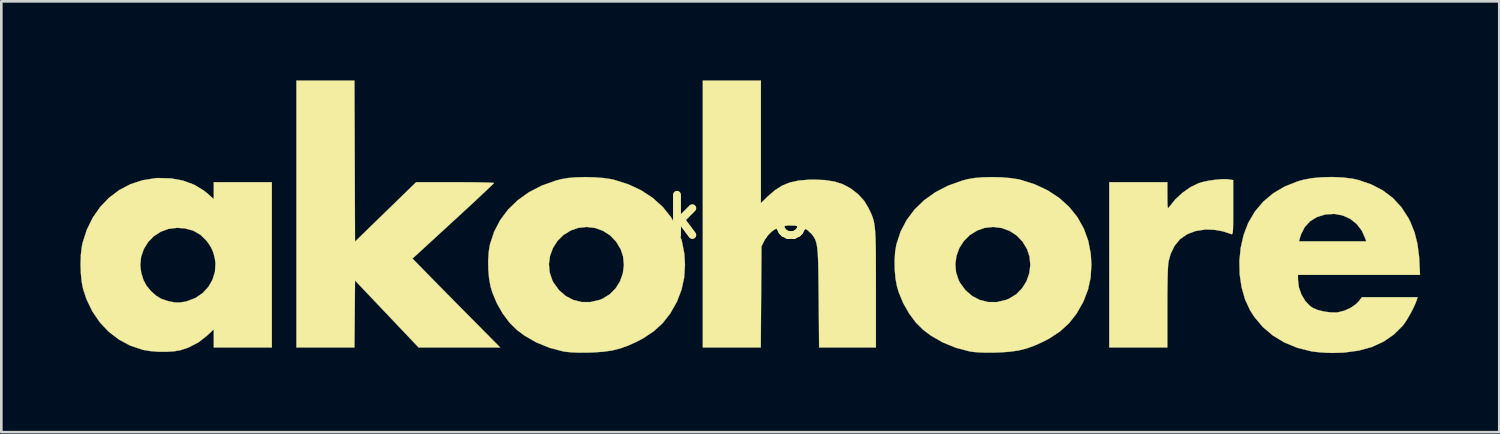
<source format=kicad_pcb>
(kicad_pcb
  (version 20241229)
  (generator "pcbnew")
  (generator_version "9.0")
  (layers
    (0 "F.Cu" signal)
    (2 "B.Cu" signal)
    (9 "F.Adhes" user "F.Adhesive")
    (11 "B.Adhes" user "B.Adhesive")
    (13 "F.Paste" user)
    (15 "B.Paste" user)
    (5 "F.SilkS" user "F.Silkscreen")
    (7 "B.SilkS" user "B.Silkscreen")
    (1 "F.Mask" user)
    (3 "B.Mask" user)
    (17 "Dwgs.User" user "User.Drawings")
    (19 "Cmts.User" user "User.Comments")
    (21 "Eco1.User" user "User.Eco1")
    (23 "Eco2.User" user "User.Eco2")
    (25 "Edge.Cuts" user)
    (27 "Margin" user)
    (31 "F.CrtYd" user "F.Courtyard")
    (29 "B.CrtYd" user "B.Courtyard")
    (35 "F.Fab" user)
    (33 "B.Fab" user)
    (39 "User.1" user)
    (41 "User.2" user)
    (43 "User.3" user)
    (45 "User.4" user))
  (footprint "akohore"
    (layer "F.Cu")
    (at 25.375 5.17)
    (property "Reference" "akohore" (at 0 0 0) (layer "F.SilkS") (effects (font (size 1.524 1.524) (thickness 0.3))))
    (attr through_hole)
    (fp_poly (pts (xy -14.976 -2.112) (xy -14.965 0.94) (xy -13.807 -0.186) (xy -12.648 -1.312) (xy -11.171 -1.312) (xy -10.827 -1.311) (xy -10.512 -1.309) (xy -10.235 -1.305) (xy -10.005 -1.3) (xy -9.833 -1.294) (xy -9.727 -1.287) (xy -9.697 -1.281) (xy -9.728 -1.247) (xy -9.816 -1.161) (xy -9.954 -1.03) (xy -10.136 -0.858) (xy -10.357 -0.651) (xy -10.611 -0.415) (xy -10.892 -0.156) (xy -11.193 0.121) (xy -11.244 0.168) (xy -12.787 1.584) (xy -12.246 2.136) (xy -12.086 2.299) (xy -11.877 2.511) (xy -11.632 2.76) (xy -11.361 3.034) (xy -11.077 3.323) (xy -10.79 3.613) (xy -10.584 3.821) (xy -9.462 4.953) (xy -12.555 4.953) (xy -13.76 3.684) (xy -14.965 2.414) (xy -14.987 4.953) (xy -17.187 4.953) (xy -17.187 -5.165) (xy -14.987 -5.165) (xy -14.976 -2.112)) (stroke (width 0.01) (type solid)) (fill yes) (layer "F.SilkS"))
    (fp_poly (pts (xy 18.093 -1.425) (xy 18.143 -1.42) (xy 18.33 -1.392) (xy 18.33 -0.353) (xy 18.33 -0.03) (xy 18.329 0.218) (xy 18.325 0.4) (xy 18.319 0.526) (xy 18.31 0.604) (xy 18.297 0.646) (xy 18.28 0.659) (xy 18.257 0.654) (xy 18.256 0.654) (xy 17.957 0.554) (xy 17.626 0.493) (xy 17.308 0.48) (xy 17.268 0.482) (xy 16.893 0.541) (xy 16.575 0.664) (xy 16.313 0.85) (xy 16.107 1.099) (xy 15.956 1.412) (xy 15.88 1.685) (xy 15.866 1.797) (xy 15.854 1.988) (xy 15.845 2.252) (xy 15.838 2.585) (xy 15.834 2.98) (xy 15.833 3.431) (xy 15.833 4.953) (xy 13.631 4.953) (xy 13.631 -1.312) (xy 15.833 -1.312) (xy 15.835 -0.794) (xy 15.836 -0.578) (xy 15.84 -0.437) (xy 15.847 -0.358) (xy 15.861 -0.331) (xy 15.882 -0.344) (xy 15.909 -0.381) (xy 16.135 -0.661) (xy 16.413 -0.916) (xy 16.719 -1.129) (xy 17.011 -1.271) (xy 17.195 -1.326) (xy 17.424 -1.373) (xy 17.67 -1.407) (xy 17.902 -1.426) (xy 18.093 -1.425)) (stroke (width 0.01) (type solid)) (fill yes) (layer "F.SilkS"))
    (fp_poly (pts (xy 0.423 -0.518) (xy 0.689 -0.778) (xy 0.955 -1.008) (xy 1.227 -1.181) (xy 1.522 -1.301) (xy 1.855 -1.374) (xy 2.243 -1.407) (xy 2.434 -1.41) (xy 2.858 -1.392) (xy 3.22 -1.335) (xy 3.535 -1.233) (xy 3.819 -1.081) (xy 4.088 -0.875) (xy 4.121 -0.845) (xy 4.344 -0.598) (xy 4.507 -0.324) (xy 4.565 -0.204) (xy 4.615 -0.096) (xy 4.656 0.009) (xy 4.69 0.118) (xy 4.717 0.239) (xy 4.738 0.381) (xy 4.755 0.55) (xy 4.767 0.755) (xy 4.775 1.003) (xy 4.78 1.303) (xy 4.782 1.662) (xy 4.783 2.089) (xy 4.784 2.59) (xy 4.784 2.718) (xy 4.784 4.953) (xy 2.631 4.953) (xy 2.615 3.08) (xy 2.61 2.602) (xy 2.605 2.201) (xy 2.599 1.869) (xy 2.591 1.597) (xy 2.579 1.378) (xy 2.563 1.203) (xy 2.543 1.065) (xy 2.517 0.955) (xy 2.485 0.865) (xy 2.445 0.788) (xy 2.396 0.715) (xy 2.354 0.659) (xy 2.181 0.498) (xy 1.959 0.389) (xy 1.705 0.332) (xy 1.437 0.328) (xy 1.175 0.378) (xy 0.936 0.484) (xy 0.818 0.57) (xy 0.692 0.702) (xy 0.578 0.86) (xy 0.545 0.92) (xy 0.445 1.122) (xy 0.432 3.037) (xy 0.419 4.953) (xy -1.778 4.953) (xy -1.778 -5.165) (xy 0.423 -5.165) (xy 0.423 -0.518)) (stroke (width 0.01) (type solid)) (fill yes) (layer "F.SilkS"))
    (fp_poly (pts (xy -21.945 -1.457) (xy -21.488 -1.373) (xy -21.072 -1.22) (xy -20.702 -0.999) (xy -20.536 -0.864) (xy -20.32 -0.669) (xy -20.32 -1.312) (xy -18.119 -1.312) (xy -18.119 4.953) (xy -20.32 4.953) (xy -20.32 4.608) (xy -20.32 4.263) (xy -20.566 4.497) (xy -20.901 4.76) (xy -21.285 4.958) (xy -21.578 5.056) (xy -21.819 5.098) (xy -22.112 5.117) (xy -22.426 5.115) (xy -22.733 5.09) (xy -23.002 5.045) (xy -23.02 5.04) (xy -23.487 4.883) (xy -23.917 4.653) (xy -24.304 4.357) (xy -24.641 3.999) (xy -24.924 3.586) (xy -25.147 3.123) (xy -25.277 2.728) (xy -25.329 2.456) (xy -25.36 2.132) (xy -25.369 1.832) (xy -23.107 1.832) (xy -23.071 2.123) (xy -22.988 2.394) (xy -22.869 2.615) (xy -22.698 2.819) (xy -22.686 2.831) (xy -22.497 2.998) (xy -22.308 3.11) (xy -22.081 3.188) (xy -22.035 3.2) (xy -21.813 3.244) (xy -21.623 3.251) (xy -21.422 3.221) (xy -21.324 3.197) (xy -21.012 3.076) (xy -20.744 2.893) (xy -20.527 2.659) (xy -20.368 2.386) (xy -20.275 2.084) (xy -20.255 1.767) (xy -20.277 1.594) (xy -20.335 1.36) (xy -20.416 1.17) (xy -20.538 0.983) (xy -20.603 0.9) (xy -20.829 0.678) (xy -21.095 0.526) (xy -21.407 0.44) (xy -21.705 0.418) (xy -22.033 0.456) (xy -22.332 0.566) (xy -22.594 0.737) (xy -22.81 0.959) (xy -22.973 1.222) (xy -23.075 1.516) (xy -23.107 1.832) (xy -25.369 1.832) (xy -25.37 1.785) (xy -25.359 1.445) (xy -25.325 1.141) (xy -25.297 0.998) (xy -25.134 0.491) (xy -24.908 0.032) (xy -24.624 -0.375) (xy -24.288 -0.725) (xy -23.904 -1.014) (xy -23.478 -1.237) (xy -23.016 -1.388) (xy -22.523 -1.465) (xy -22.437 -1.47) (xy -21.945 -1.457)) (stroke (width 0.01) (type solid)) (fill yes) (layer "F.SilkS"))
    (fp_poly (pts (xy -5.869 -1.496) (xy -5.532 -1.469) (xy -5.24 -1.425) (xy -5.153 -1.406) (xy -4.604 -1.232) (xy -4.109 -1) (xy -3.674 -0.713) (xy -3.299 -0.375) (xy -2.989 0.01) (xy -2.747 0.439) (xy -2.576 0.908) (xy -2.478 1.413) (xy -2.455 1.82) (xy -2.487 2.309) (xy -2.585 2.761) (xy -2.753 3.199) (xy -2.772 3.239) (xy -3.014 3.665) (xy -3.299 4.029) (xy -3.638 4.339) (xy -4.041 4.607) (xy -4.297 4.741) (xy -4.619 4.886) (xy -4.919 4.993) (xy -5.22 5.068) (xy -5.546 5.115) (xy -5.922 5.141) (xy -6.096 5.147) (xy -6.464 5.15) (xy -6.761 5.139) (xy -7.001 5.114) (xy -7.076 5.101) (xy -7.591 4.966) (xy -8.086 4.764) (xy -8.542 4.503) (xy -8.827 4.29) (xy -9.11 4.009) (xy -9.368 3.663) (xy -9.589 3.274) (xy -9.76 2.862) (xy -9.825 2.646) (xy -9.88 2.351) (xy -9.911 2.011) (xy -9.914 1.793) (xy -7.614 1.793) (xy -7.586 2.108) (xy -7.483 2.412) (xy -7.438 2.498) (xy -7.228 2.785) (xy -6.973 3.005) (xy -6.683 3.155) (xy -6.367 3.232) (xy -6.035 3.232) (xy -5.697 3.152) (xy -5.58 3.105) (xy -5.307 2.938) (xy -5.084 2.713) (xy -4.917 2.445) (xy -4.811 2.146) (xy -4.77 1.829) (xy -4.8 1.509) (xy -4.89 1.234) (xy -5.064 0.942) (xy -5.292 0.706) (xy -5.561 0.532) (xy -5.861 0.423) (xy -6.179 0.384) (xy -6.503 0.42) (xy -6.78 0.516) (xy -7.063 0.689) (xy -7.292 0.917) (xy -7.463 1.185) (xy -7.572 1.482) (xy -7.614 1.793) (xy -9.914 1.793) (xy -9.916 1.659) (xy -9.895 1.325) (xy -9.848 1.045) (xy -9.69 0.564) (xy -9.459 0.122) (xy -9.159 -0.278) (xy -8.794 -0.63) (xy -8.369 -0.933) (xy -7.887 -1.182) (xy -7.352 -1.373) (xy -7.15 -1.426) (xy -6.89 -1.471) (xy -6.573 -1.497) (xy -6.224 -1.506) (xy -5.869 -1.496)) (stroke (width 0.01) (type solid)) (fill yes) (layer "F.SilkS"))
    (fp_poly (pts (xy 9.541 -1.496) (xy 9.877 -1.469) (xy 10.169 -1.425) (xy 10.256 -1.406) (xy 10.806 -1.232) (xy 11.3 -1) (xy 11.736 -0.713) (xy 12.11 -0.375) (xy 12.42 0.01) (xy 12.662 0.439) (xy 12.834 0.908) (xy 12.931 1.413) (xy 12.954 1.82) (xy 12.923 2.309) (xy 12.825 2.761) (xy 12.656 3.199) (xy 12.637 3.239) (xy 12.395 3.665) (xy 12.11 4.029) (xy 11.771 4.339) (xy 11.369 4.607) (xy 11.113 4.741) (xy 10.79 4.886) (xy 10.491 4.993) (xy 10.19 5.068) (xy 9.863 5.115) (xy 9.488 5.141) (xy 9.313 5.147) (xy 8.946 5.15) (xy 8.648 5.139) (xy 8.408 5.114) (xy 8.333 5.101) (xy 7.819 4.966) (xy 7.323 4.764) (xy 6.867 4.503) (xy 6.582 4.29) (xy 6.299 4.009) (xy 6.041 3.663) (xy 5.82 3.274) (xy 5.65 2.862) (xy 5.585 2.646) (xy 5.529 2.351) (xy 5.498 2.011) (xy 5.495 1.793) (xy 7.795 1.793) (xy 7.823 2.108) (xy 7.926 2.412) (xy 7.971 2.498) (xy 8.181 2.785) (xy 8.436 3.005) (xy 8.727 3.155) (xy 9.043 3.232) (xy 9.375 3.232) (xy 9.712 3.152) (xy 9.829 3.105) (xy 10.103 2.938) (xy 10.325 2.713) (xy 10.492 2.445) (xy 10.598 2.146) (xy 10.639 1.829) (xy 10.609 1.509) (xy 10.519 1.234) (xy 10.345 0.942) (xy 10.118 0.706) (xy 9.848 0.532) (xy 9.548 0.423) (xy 9.23 0.384) (xy 8.906 0.42) (xy 8.63 0.516) (xy 8.347 0.689) (xy 8.118 0.917) (xy 7.946 1.185) (xy 7.838 1.482) (xy 7.795 1.793) (xy 5.495 1.793) (xy 5.493 1.659) (xy 5.514 1.325) (xy 5.561 1.045) (xy 5.719 0.564) (xy 5.95 0.122) (xy 6.25 -0.278) (xy 6.615 -0.63) (xy 7.04 -0.933) (xy 7.523 -1.182) (xy 8.058 -1.373) (xy 8.259 -1.426) (xy 8.519 -1.471) (xy 8.836 -1.497) (xy 9.185 -1.506) (xy 9.541 -1.496)) (stroke (width 0.01) (type solid)) (fill yes) (layer "F.SilkS"))
    (fp_poly (pts (xy 22.483 -1.491) (xy 22.846 -1.446) (xy 23.05 -1.402) (xy 23.553 -1.234) (xy 23.995 -1.006) (xy 24.378 -0.718) (xy 24.703 -0.368) (xy 24.971 0.043) (xy 25.046 0.191) (xy 25.206 0.593) (xy 25.315 1.025) (xy 25.377 1.504) (xy 25.388 1.683) (xy 25.412 2.201) (xy 20.786 2.201) (xy 20.786 2.384) (xy 20.82 2.669) (xy 20.915 2.944) (xy 21.06 3.188) (xy 21.245 3.382) (xy 21.358 3.458) (xy 21.538 3.533) (xy 21.767 3.59) (xy 22.011 3.623) (xy 22.234 3.628) (xy 22.302 3.621) (xy 22.547 3.559) (xy 22.786 3.45) (xy 22.987 3.309) (xy 23.08 3.214) (xy 23.213 3.048) (xy 25.321 3.048) (xy 25.293 3.143) (xy 25.234 3.3) (xy 25.14 3.499) (xy 25.026 3.714) (xy 24.906 3.917) (xy 24.795 4.082) (xy 24.754 4.134) (xy 24.419 4.465) (xy 24.03 4.732) (xy 23.586 4.935) (xy 23.086 5.073) (xy 22.532 5.147) (xy 22.098 5.161) (xy 21.861 5.154) (xy 21.617 5.138) (xy 21.399 5.115) (xy 21.29 5.099) (xy 20.757 4.965) (xy 20.271 4.764) (xy 19.835 4.501) (xy 19.454 4.178) (xy 19.133 3.798) (xy 18.971 3.545) (xy 18.78 3.131) (xy 18.648 2.671) (xy 18.576 2.182) (xy 18.565 1.68) (xy 18.614 1.179) (xy 18.67 0.931) (xy 20.826 0.931) (xy 23.374 0.931) (xy 23.344 0.836) (xy 23.208 0.528) (xy 23.012 0.273) (xy 22.767 0.077) (xy 22.482 -0.052) (xy 22.167 -0.11) (xy 21.833 -0.09) (xy 21.825 -0.089) (xy 21.508 0.007) (xy 21.247 0.166) (xy 21.044 0.387) (xy 20.901 0.666) (xy 20.855 0.815) (xy 20.826 0.931) (xy 18.67 0.931) (xy 18.723 0.696) (xy 18.894 0.246) (xy 18.905 0.224) (xy 19.155 -0.202) (xy 19.47 -0.574) (xy 19.845 -0.89) (xy 20.278 -1.146) (xy 20.767 -1.341) (xy 20.976 -1.401) (xy 21.305 -1.464) (xy 21.685 -1.499) (xy 22.087 -1.508) (xy 22.483 -1.491)) (stroke (width 0.01) (type solid)) (fill yes) (layer "F.SilkS")))
  (gr_rect
    (start -3 -3)
    (end 53.793 13.335)
    (stroke (width 0.1) (type default))
    (fill no)
    (layer "Edge.Cuts")))
</source>
